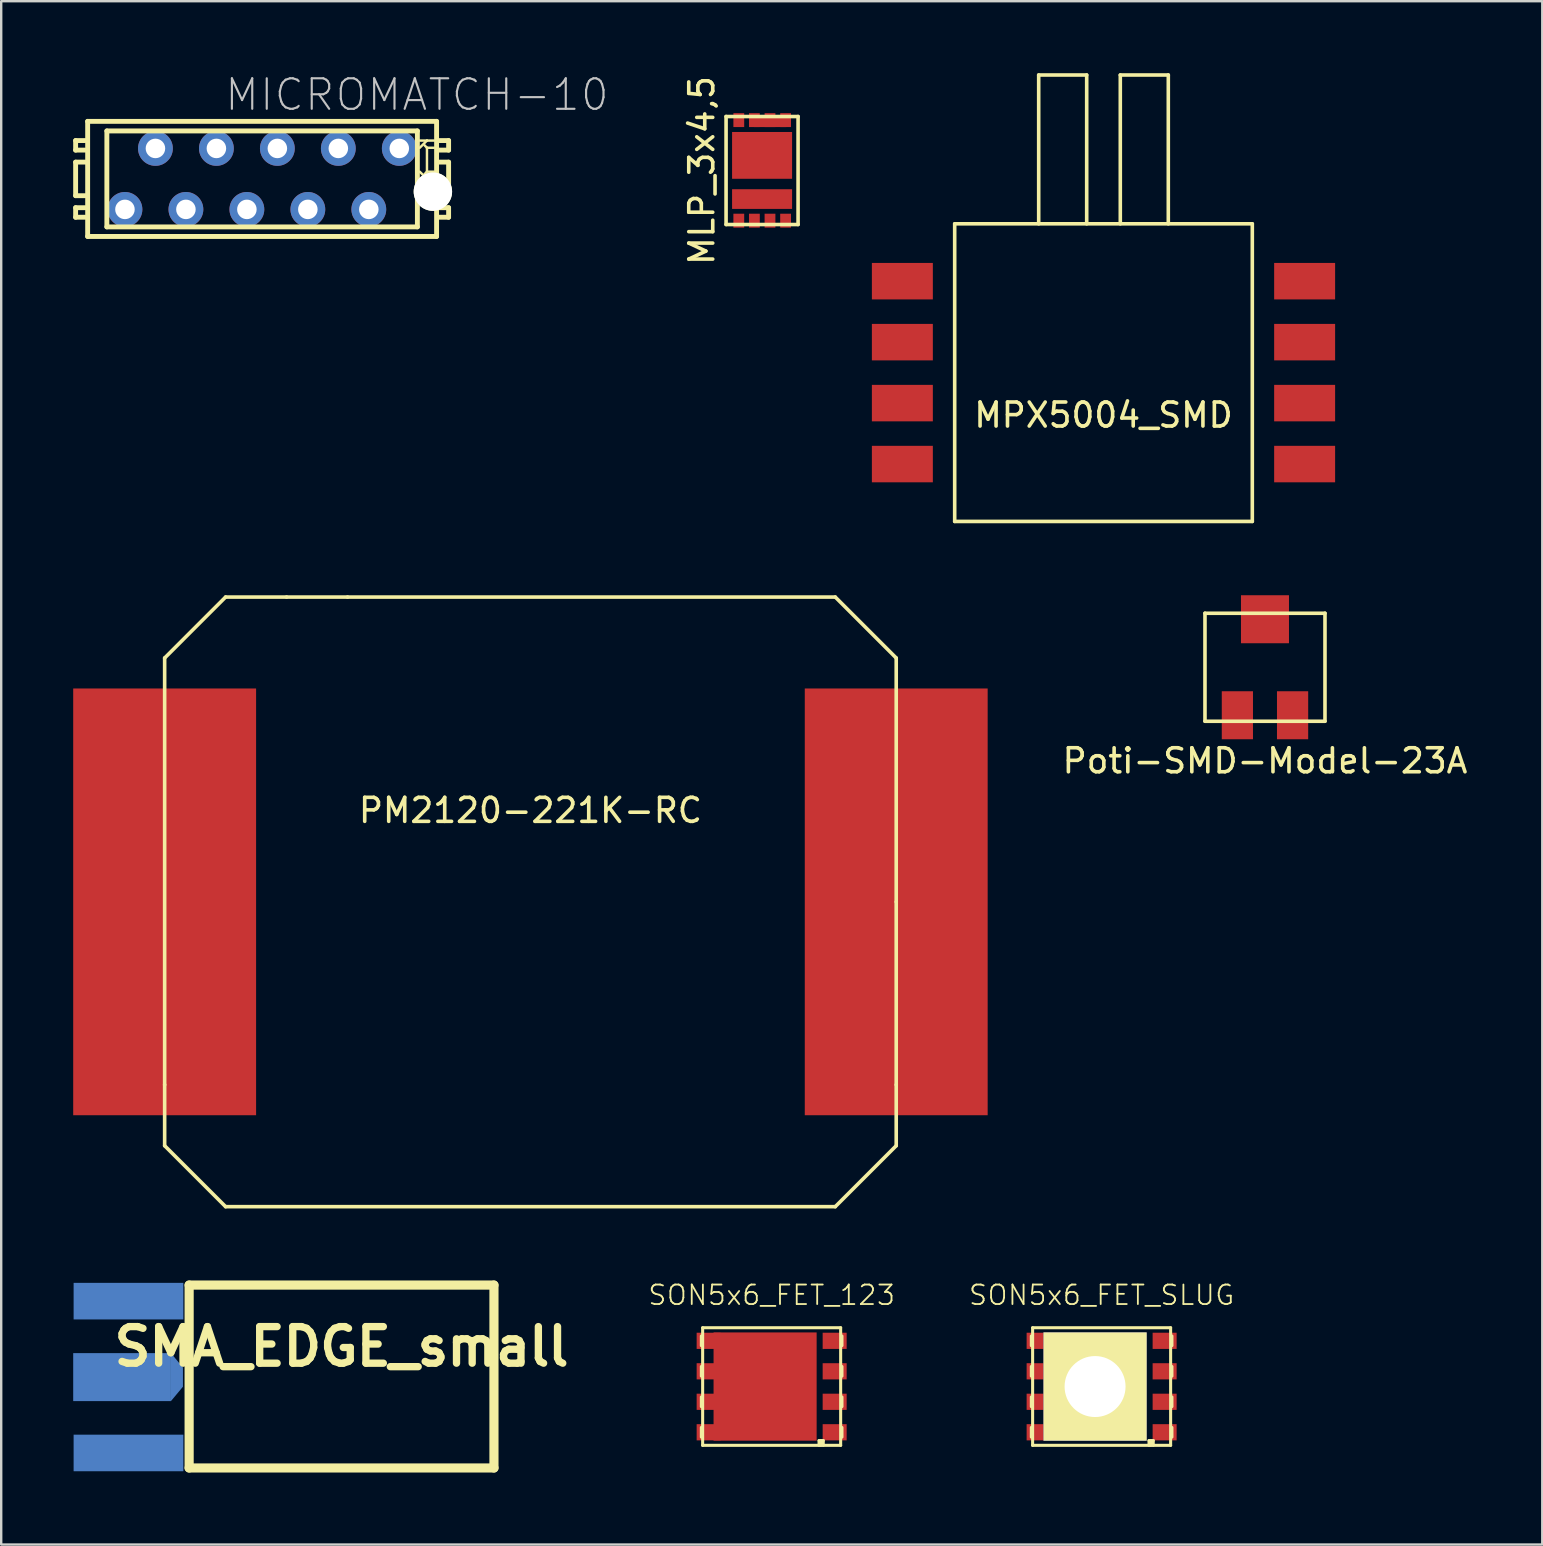
<source format=kicad_pcb>
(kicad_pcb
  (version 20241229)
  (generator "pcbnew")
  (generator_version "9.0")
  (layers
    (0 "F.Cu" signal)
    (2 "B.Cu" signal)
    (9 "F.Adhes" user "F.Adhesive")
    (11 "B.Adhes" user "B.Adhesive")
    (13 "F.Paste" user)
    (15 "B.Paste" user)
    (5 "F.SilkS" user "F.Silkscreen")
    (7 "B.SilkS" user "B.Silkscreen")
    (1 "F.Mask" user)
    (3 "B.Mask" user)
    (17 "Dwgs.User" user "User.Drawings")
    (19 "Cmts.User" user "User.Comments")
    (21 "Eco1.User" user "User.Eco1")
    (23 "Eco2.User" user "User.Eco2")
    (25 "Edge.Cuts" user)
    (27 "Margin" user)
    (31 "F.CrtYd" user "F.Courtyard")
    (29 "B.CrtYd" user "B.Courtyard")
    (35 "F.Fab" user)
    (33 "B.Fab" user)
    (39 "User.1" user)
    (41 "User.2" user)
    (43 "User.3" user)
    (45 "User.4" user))
  (footprint "Poti-SMD-Model-23A"
    (layer "F.Cu")
    (at 49.654 24.75)
    (property "Reference" "Poti-SMD-Model-23A" (at 0 3.9 0) (layer "F.SilkS") (effects (font (size 1 1) (thickness 0.15))))
    (attr through_hole)
    (fp_line (start -2.5 -2.25) (end -2.5 2.25) (stroke (width 0.15) (type solid)) (layer "F.SilkS"))
    (fp_line (start -2.5 2.25) (end 2.5 2.25) (stroke (width 0.15) (type solid)) (layer "F.SilkS"))
    (fp_line (start 2.5 -2.25) (end -2.5 -2.25) (stroke (width 0.15) (type solid)) (layer "F.SilkS"))
    (fp_line (start 2.5 2.25) (end 2.5 -2.25) (stroke (width 0.15) (type solid)) (layer "F.SilkS"))
    (pad "1" smd rect (at 1.15 2) (size 1.3 2) (layers "F.Cu" "F.Mask" "F.Paste"))
    (pad "2" smd rect (at 0 -2) (size 2 2) (layers "F.Cu" "F.Mask" "F.Paste"))
    (pad "3" smd rect (at -1.15 2) (size 1.3 2) (layers "F.Cu" "F.Mask" "F.Paste")))
  (footprint "MICROMATCH-10"
    (layer "F.Cu")
    (at 7.871 4.404)
    (property "Reference" "MICROMATCH-10" (at 6.452 -3.505 0) (layer "Dwgs.User") (effects (font (size 1.27 1.27) (thickness 0.089))))
    (attr exclude_from_pos_files exclude_from_bom)
    (fp_line (start -7.77 -1.598) (end -7.77 -1.199) (stroke (width 0.203) (type solid)) (layer "F.SilkS"))
    (fp_line (start -7.77 -1.199) (end -7.369 -1.199) (stroke (width 0.203) (type solid)) (layer "F.SilkS"))
    (fp_line (start -7.77 -0.699) (end -7.77 0.699) (stroke (width 0.203) (type solid)) (layer "F.SilkS"))
    (fp_line (start -7.77 0.699) (end -7.369 0.699) (stroke (width 0.203) (type solid)) (layer "F.SilkS"))
    (fp_line (start -7.77 1.199) (end -7.77 1.598) (stroke (width 0.203) (type solid)) (layer "F.SilkS"))
    (fp_line (start -7.77 1.598) (end -7.369 1.598) (stroke (width 0.203) (type solid)) (layer "F.SilkS"))
    (fp_line (start -7.369 -1.598) (end -7.77 -1.598) (stroke (width 0.203) (type solid)) (layer "F.SilkS"))
    (fp_line (start -7.369 -0.699) (end -7.77 -0.699) (stroke (width 0.203) (type solid)) (layer "F.SilkS"))
    (fp_line (start -7.369 1.199) (end -7.77 1.199) (stroke (width 0.203) (type solid)) (layer "F.SilkS"))
    (fp_line (start -7.269 -2.398) (end -7.269 2.398) (stroke (width 0.203) (type solid)) (layer "F.SilkS"))
    (fp_line (start -6.469 -1.999) (end -6.469 1.999) (stroke (width 0.203) (type solid)) (layer "F.SilkS"))
    (fp_line (start 6.469 -1.999) (end -6.469 -1.999) (stroke (width 0.203) (type solid)) (layer "F.SilkS"))
    (fp_line (start 6.469 1.999) (end -6.469 1.999) (stroke (width 0.203) (type solid)) (layer "F.SilkS"))
    (fp_line (start 6.469 1.999) (end 6.469 -1.999) (stroke (width 0.203) (type solid)) (layer "F.SilkS"))
    (fp_line (start 6.769 -1.4) (end 6.868 -1.298) (stroke (width 0.102) (type solid)) (layer "F.SilkS"))
    (fp_line (start 6.769 -0.198) (end 6.868 -0.3) (stroke (width 0.102) (type solid)) (layer "F.SilkS"))
    (fp_line (start 6.868 -1.598) (end 6.568 -1.598) (stroke (width 0.102) (type solid)) (layer "F.SilkS"))
    (fp_line (start 6.868 -1.598) (end 6.568 -1.298) (stroke (width 0.102) (type solid)) (layer "F.SilkS"))
    (fp_line (start 6.868 -1.298) (end 6.868 -0.3) (stroke (width 0.102) (type solid)) (layer "F.SilkS"))
    (fp_line (start 6.868 -0.3) (end 7.168 -0.3) (stroke (width 0.102) (type solid)) (layer "F.SilkS"))
    (fp_line (start 6.868 0) (end 6.568 -0.3) (stroke (width 0.102) (type solid)) (layer "F.SilkS"))
    (fp_line (start 6.868 0) (end 6.568 0) (stroke (width 0.102) (type solid)) (layer "F.SilkS"))
    (fp_line (start 7.168 -1.598) (end 6.868 -1.598) (stroke (width 0.102) (type solid)) (layer "F.SilkS"))
    (fp_line (start 7.168 -1.298) (end 6.868 -1.298) (stroke (width 0.102) (type solid)) (layer "F.SilkS"))
    (fp_line (start 7.168 0) (end 6.868 0) (stroke (width 0.102) (type solid)) (layer "F.SilkS"))
    (fp_line (start 7.269 -2.398) (end -7.269 -2.398) (stroke (width 0.203) (type solid)) (layer "F.SilkS"))
    (fp_line (start 7.269 2.398) (end -7.269 2.398) (stroke (width 0.203) (type solid)) (layer "F.SilkS"))
    (fp_line (start 7.269 2.398) (end 7.269 -2.398) (stroke (width 0.203) (type solid)) (layer "F.SilkS"))
    (fp_line (start 7.369 -1.199) (end 7.77 -1.199) (stroke (width 0.203) (type solid)) (layer "F.SilkS"))
    (fp_line (start 7.369 0.699) (end 7.77 0.699) (stroke (width 0.203) (type solid)) (layer "F.SilkS"))
    (fp_line (start 7.369 1.598) (end 7.77 1.598) (stroke (width 0.203) (type solid)) (layer "F.SilkS"))
    (fp_line (start 7.77 -1.598) (end 7.369 -1.598) (stroke (width 0.203) (type solid)) (layer "F.SilkS"))
    (fp_line (start 7.77 -1.199) (end 7.77 -1.598) (stroke (width 0.203) (type solid)) (layer "F.SilkS"))
    (fp_line (start 7.77 -0.699) (end 7.369 -0.699) (stroke (width 0.203) (type solid)) (layer "F.SilkS"))
    (fp_line (start 7.77 0.699) (end 7.77 -0.699) (stroke (width 0.203) (type solid)) (layer "F.SilkS"))
    (fp_line (start 7.77 1.199) (end 7.369 1.199) (stroke (width 0.203) (type solid)) (layer "F.SilkS"))
    (fp_line (start 7.77 1.598) (end 7.77 1.199) (stroke (width 0.203) (type solid)) (layer "F.SilkS"))
    (pad "" np_thru_hole circle (at 7.115 0.53) (size 1.6 1.6) (drill 1.6) (layers "*.Cu" "*.Mask" "F.SilkS"))
    (pad "1" thru_hole circle (at 5.715 -1.27) (size 1.45 1.45) (drill 0.813) (layers "*.Cu" "*.Mask"))
    (pad "2" thru_hole circle (at 4.445 1.27) (size 1.45 1.45) (drill 0.813) (layers "*.Cu" "*.Mask"))
    (pad "3" thru_hole circle (at 3.175 -1.27) (size 1.45 1.45) (drill 0.813) (layers "*.Cu" "*.Mask"))
    (pad "4" thru_hole circle (at 1.905 1.27) (size 1.45 1.45) (drill 0.813) (layers "*.Cu" "*.Mask"))
    (pad "5" thru_hole circle (at 0.635 -1.27) (size 1.45 1.45) (drill 0.813) (layers "*.Cu" "*.Mask"))
    (pad "6" thru_hole circle (at -0.635 1.27) (size 1.45 1.45) (drill 0.813) (layers "*.Cu" "*.Mask"))
    (pad "7" thru_hole circle (at -1.905 -1.27) (size 1.45 1.45) (drill 0.813) (layers "*.Cu" "*.Mask"))
    (pad "8" thru_hole circle (at -3.175 1.27) (size 1.45 1.45) (drill 0.813) (layers "*.Cu" "*.Mask"))
    (pad "9" thru_hole circle (at -4.445 -1.27) (size 1.45 1.45) (drill 0.813) (layers "*.Cu" "*.Mask"))
    (pad "10" thru_hole circle (at -5.715 1.27) (size 1.45 1.45) (drill 0.813) (layers "*.Cu" "*.Mask")))
  (footprint "SMA_EDGE_small"
    (layer "F.Cu")
    (at 11.18 53.056)
    (property "Reference" "SMA_EDGE_small" (at 0 0 0) (layer "F.SilkS") (effects (font (size 1.524 1.524) (thickness 0.305))))
    (attr through_hole)
    (fp_line (start -6.35 -2.565) (end -6.35 5.055) (stroke (width 0.381) (type solid)) (layer "F.SilkS"))
    (fp_line (start -6.35 5.055) (end 6.35 5.055) (stroke (width 0.381) (type solid)) (layer "F.SilkS"))
    (fp_line (start 6.35 -2.565) (end -6.35 -2.565) (stroke (width 0.381) (type solid)) (layer "F.SilkS"))
    (fp_line (start 6.35 5.055) (end 6.35 -2.565) (stroke (width 0.381) (type solid)) (layer "F.SilkS"))
    (pad "0" connect rect (at -8.877 -1.895) (size 4.572 1.524) (layers "*.Mask" "B.Cu"))
    (pad "1" connect rect (at -9.144 1.27) (size 4.072 1.999) (layers "B.Cu" "B.Mask"))
    (pad "1" connect trapezoid (at -6.858 1.27) (size 0.5 1.4) (rect_delta 0.599 0) (layers "B.Cu" "B.Mask"))
    (pad "2" connect rect (at -8.877 4.43) (size 4.572 1.524) (layers "*.Mask" "B.Cu")))
  (footprint "SON5x6_FET_123"
    (layer "F.Cu")
    (at 29.1 54.719)
    (property "Reference" "SON5x6_FET_123" (at 0 -3.81 0) (layer "F.SilkS") (effects (font (size 0.813 0.813) (thickness 0.076))))
    (attr through_hole)
    (fp_line (start -2.93 -2.105) (end -2.93 -1.705) (stroke (width 0.127) (type solid)) (layer "F.SilkS"))
    (fp_line (start -2.93 -0.835) (end -2.93 -0.435) (stroke (width 0.127) (type solid)) (layer "F.SilkS"))
    (fp_line (start -2.93 0.835) (end -2.93 0.435) (stroke (width 0.127) (type solid)) (layer "F.SilkS"))
    (fp_line (start -2.93 2.105) (end -2.93 1.705) (stroke (width 0.127) (type solid)) (layer "F.SilkS"))
    (fp_line (start -2.875 -2.45) (end 2.875 -2.45) (stroke (width 0.127) (type solid)) (layer "F.SilkS"))
    (fp_line (start -2.875 2.45) (end -2.875 -2.45) (stroke (width 0.127) (type solid)) (layer "F.SilkS"))
    (fp_line (start 1.975 2.25) (end 2.15 2.25) (stroke (width 0.127) (type solid)) (layer "F.SilkS"))
    (fp_line (start 1.975 2.45) (end 1.975 2.25) (stroke (width 0.127) (type solid)) (layer "F.SilkS"))
    (fp_line (start 2.05 2.25) (end 2.05 2.45) (stroke (width 0.127) (type solid)) (layer "F.SilkS"))
    (fp_line (start 2.15 2.25) (end 2.15 2.45) (stroke (width 0.127) (type solid)) (layer "F.SilkS"))
    (fp_line (start 2.875 -2.45) (end 2.875 2.45) (stroke (width 0.127) (type solid)) (layer "F.SilkS"))
    (fp_line (start 2.875 2.45) (end -2.875 2.45) (stroke (width 0.127) (type solid)) (layer "F.SilkS"))
    (fp_line (start 2.93 -2.105) (end 2.93 -1.705) (stroke (width 0.127) (type solid)) (layer "F.SilkS"))
    (fp_line (start 2.93 -0.835) (end 2.93 -0.435) (stroke (width 0.127) (type solid)) (layer "F.SilkS"))
    (fp_line (start 2.93 0.835) (end 2.93 0.435) (stroke (width 0.127) (type solid)) (layer "F.SilkS"))
    (fp_line (start 2.93 2.105) (end 2.93 1.705) (stroke (width 0.127) (type solid)) (layer "F.SilkS"))
    (pad "1" smd rect (at 2.625 -0.635) (size 1 0.675) (layers "F.Cu" "F.Mask" "F.Paste"))
    (pad "1" smd rect (at 2.625 0.635) (size 1 0.675) (layers "F.Cu" "F.Mask" "F.Paste"))
    (pad "1" smd rect (at 2.625 1.905) (size 1 0.675) (layers "F.Cu" "F.Mask" "F.Paste"))
    (pad "2" smd rect (at 2.625 -1.905) (size 1 0.675) (layers "F.Cu" "F.Mask" "F.Paste"))
    (pad "3" smd rect (at -2.625 -1.905) (size 1 0.675) (layers "F.Cu" "F.Mask" "F.Paste"))
    (pad "3" smd rect (at -2.625 -0.635) (size 1 0.675) (layers "F.Cu" "F.Mask" "F.Paste"))
    (pad "3" smd rect (at -2.625 0.635) (size 1 0.675) (layers "F.Cu" "F.Mask" "F.Paste"))
    (pad "3" smd rect (at -2.625 1.905) (size 1 0.675) (layers "F.Cu" "F.Mask" "F.Paste"))
    (pad "3" smd rect (at -0.273 0) (size 4.295 4.51) (layers "F.Cu" "F.Mask" "F.Paste")))
  (footprint "PM2120-221K-RC"
    (layer "F.Cu")
    (at 19.05 34.525)
    (property "Reference" "PM2120-221K-RC" (at 0 -3.81 0) (layer "F.SilkS") (effects (font (size 1 1) (thickness 0.15))))
    (attr through_hole)
    (fp_line (start -15.24 -10.16) (end -12.7 -12.7) (stroke (width 0.15) (type solid)) (layer "F.SilkS"))
    (fp_line (start -15.24 7.62) (end -15.24 -10.16) (stroke (width 0.15) (type solid)) (layer "F.SilkS"))
    (fp_line (start -15.24 7.62) (end -15.24 10.16) (stroke (width 0.15) (type solid)) (layer "F.SilkS"))
    (fp_line (start -15.24 10.16) (end -12.7 12.7) (stroke (width 0.15) (type solid)) (layer "F.SilkS"))
    (fp_line (start -12.7 -12.7) (end -10.16 -12.7) (stroke (width 0.15) (type solid)) (layer "F.SilkS"))
    (fp_line (start -12.7 12.7) (end 12.7 12.7) (stroke (width 0.15) (type solid)) (layer "F.SilkS"))
    (fp_line (start -7.62 -12.7) (end -10.16 -12.7) (stroke (width 0.15) (type solid)) (layer "F.SilkS"))
    (fp_line (start 12.7 -12.7) (end -7.62 -12.7) (stroke (width 0.15) (type solid)) (layer "F.SilkS"))
    (fp_line (start 12.7 12.7) (end 15.24 10.16) (stroke (width 0.15) (type solid)) (layer "F.SilkS"))
    (fp_line (start 15.24 -10.16) (end 12.7 -12.7) (stroke (width 0.15) (type solid)) (layer "F.SilkS"))
    (fp_line (start 15.24 0) (end 15.24 -10.16) (stroke (width 0.15) (type solid)) (layer "F.SilkS"))
    (fp_line (start 15.24 0) (end 15.24 7.62) (stroke (width 0.15) (type solid)) (layer "F.SilkS"))
    (fp_line (start 15.24 10.16) (end 15.24 7.62) (stroke (width 0.15) (type solid)) (layer "F.SilkS"))
    (pad "1" smd rect (at -15.24 0) (size 7.62 17.78) (layers "F.Cu" "F.Mask" "F.Paste"))
    (pad "2" smd rect (at 15.24 0) (size 7.62 17.78) (layers "F.Cu" "F.Mask" "F.Paste")))
  (footprint "SON5x6_FET_SLUG"
    (layer "F.Cu")
    (at 42.848 54.719)
    (property "Reference" "SON5x6_FET_SLUG" (at 0 -3.81 0) (layer "F.SilkS") (effects (font (size 0.813 0.813) (thickness 0.076))))
    (attr through_hole)
    (fp_line (start -2.93 -2.105) (end -2.93 -1.705) (stroke (width 0.127) (type solid)) (layer "F.SilkS"))
    (fp_line (start -2.93 -0.835) (end -2.93 -0.435) (stroke (width 0.127) (type solid)) (layer "F.SilkS"))
    (fp_line (start -2.93 0.835) (end -2.93 0.435) (stroke (width 0.127) (type solid)) (layer "F.SilkS"))
    (fp_line (start -2.93 2.105) (end -2.93 1.705) (stroke (width 0.127) (type solid)) (layer "F.SilkS"))
    (fp_line (start -2.875 -2.45) (end 2.875 -2.45) (stroke (width 0.127) (type solid)) (layer "F.SilkS"))
    (fp_line (start -2.875 2.45) (end -2.875 -2.45) (stroke (width 0.127) (type solid)) (layer "F.SilkS"))
    (fp_line (start 1.975 2.25) (end 2.15 2.25) (stroke (width 0.127) (type solid)) (layer "F.SilkS"))
    (fp_line (start 1.975 2.45) (end 1.975 2.25) (stroke (width 0.127) (type solid)) (layer "F.SilkS"))
    (fp_line (start 2.05 2.25) (end 2.05 2.45) (stroke (width 0.127) (type solid)) (layer "F.SilkS"))
    (fp_line (start 2.15 2.25) (end 2.15 2.45) (stroke (width 0.127) (type solid)) (layer "F.SilkS"))
    (fp_line (start 2.875 -2.45) (end 2.875 2.45) (stroke (width 0.127) (type solid)) (layer "F.SilkS"))
    (fp_line (start 2.875 2.45) (end -2.875 2.45) (stroke (width 0.127) (type solid)) (layer "F.SilkS"))
    (fp_line (start 2.93 -2.105) (end 2.93 -1.705) (stroke (width 0.127) (type solid)) (layer "F.SilkS"))
    (fp_line (start 2.93 -0.835) (end 2.93 -0.435) (stroke (width 0.127) (type solid)) (layer "F.SilkS"))
    (fp_line (start 2.93 0.835) (end 2.93 0.435) (stroke (width 0.127) (type solid)) (layer "F.SilkS"))
    (fp_line (start 2.93 2.105) (end 2.93 1.705) (stroke (width 0.127) (type solid)) (layer "F.SilkS"))
    (pad "D" smd rect (at -2.625 -1.905) (size 1 0.675) (layers "F.Cu" "F.Mask" "F.Paste"))
    (pad "D" smd rect (at -2.625 -0.635) (size 1 0.675) (layers "F.Cu" "F.Mask" "F.Paste"))
    (pad "D" smd rect (at -2.625 0.635) (size 1 0.675) (layers "F.Cu" "F.Mask" "F.Paste"))
    (pad "D" smd rect (at -2.625 1.905) (size 1 0.675) (layers "F.Cu" "F.Mask" "F.Paste"))
    (pad "D" thru_hole rect (at -0.273 0) (size 4.295 4.51) (drill 2.54) (layers "*.Cu" "*.Mask" "F.SilkS"))
    (pad "G" smd rect (at 2.625 -1.905) (size 1 0.675) (layers "F.Cu" "F.Mask" "F.Paste"))
    (pad "S" smd rect (at 2.625 -0.635) (size 1 0.675) (layers "F.Cu" "F.Mask" "F.Paste"))
    (pad "S" smd rect (at 2.625 0.635) (size 1 0.675) (layers "F.Cu" "F.Mask" "F.Paste"))
    (pad "S" smd rect (at 2.625 1.905) (size 1 0.675) (layers "F.Cu" "F.Mask" "F.Paste")))
  (footprint "MLP_3x4,5"
    (layer "F.Cu")
    (at 28.711 4.054)
    (property "Reference" "MLP_3x4,5" (at -2.52 0 90) (layer "F.SilkS") (effects (font (size 1 1) (thickness 0.15))))
    (attr through_hole)
    (fp_line (start 0.98 -2.01) (end -0.33 -2.01) (stroke (width 0.4) (type solid)) (layer "F.Cu"))
    (fp_line (start -1.51 -2.25) (end 1.49 -2.25) (stroke (width 0.15) (type solid)) (layer "F.SilkS"))
    (fp_line (start -1.51 2.25) (end -1.51 -2.25) (stroke (width 0.15) (type solid)) (layer "F.SilkS"))
    (fp_line (start 1.49 -2.25) (end 1.49 2.25) (stroke (width 0.15) (type solid)) (layer "F.SilkS"))
    (fp_line (start 1.49 2.25) (end -1.51 2.25) (stroke (width 0.15) (type solid)) (layer "F.SilkS"))
    (pad "1" smd rect (at -0.98 2.09) (size 0.45 0.58) (layers "F.Cu" "F.Mask" "F.Paste"))
    (pad "2" smd rect (at -0.33 2.09) (size 0.45 0.58) (layers "F.Cu" "F.Mask" "F.Paste"))
    (pad "3" smd rect (at 0.32 2.09) (size 0.45 0.58) (layers "F.Cu" "F.Mask" "F.Paste"))
    (pad "4" smd rect (at 0.97 2.09) (size 0.45 0.58) (layers "F.Cu" "F.Mask" "F.Paste"))
    (pad "5" smd rect (at 0.97 -2.1) (size 0.45 0.58) (layers "F.Cu" "F.Mask" "F.Paste"))
    (pad "6" smd rect (at 0.32 -2.1) (size 0.45 0.58) (layers "F.Cu" "F.Mask" "F.Paste"))
    (pad "7" smd rect (at -0.33 -2.1) (size 0.45 0.58) (layers "F.Cu" "F.Mask" "F.Paste"))
    (pad "8" smd rect (at -0.98 -2.1) (size 0.45 0.58) (layers "F.Cu" "F.Mask" "F.Paste"))
    (pad "9" smd rect (at -0.01 -0.63) (size 2.5 1.95) (layers "F.Cu" "F.Mask" "F.Paste"))
    (pad "10" smd rect (at -0.01 1.19) (size 2.5 0.82) (layers "F.Cu" "F.Mask" "F.Paste")))
  (footprint "MPX5004_SMD"
    (layer "F.Cu")
    (at 42.926 12.475)
    (property "Reference" "MPX5004_SMD" (at 0 1.77 0) (layer "F.SilkS") (effects (font (size 1 1) (thickness 0.15))))
    (attr through_hole)
    (fp_line (start -6.2 -6.2) (end -6.2 6.2) (stroke (width 0.15) (type solid)) (layer "F.SilkS"))
    (fp_line (start -6.2 6.2) (end 6.2 6.2) (stroke (width 0.15) (type solid)) (layer "F.SilkS"))
    (fp_line (start -2.7 -12.4) (end -0.7 -12.4) (stroke (width 0.15) (type solid)) (layer "F.SilkS"))
    (fp_line (start -2.7 -6.2) (end -2.7 -12.4) (stroke (width 0.15) (type solid)) (layer "F.SilkS"))
    (fp_line (start -0.7 -12.4) (end -0.7 -6.2) (stroke (width 0.15) (type solid)) (layer "F.SilkS"))
    (fp_line (start 0.7 -12.4) (end 2.7 -12.4) (stroke (width 0.15) (type solid)) (layer "F.SilkS"))
    (fp_line (start 0.7 -6.2) (end 0.7 -12.4) (stroke (width 0.15) (type solid)) (layer "F.SilkS"))
    (fp_line (start 2.7 -12.4) (end 2.7 -6.2) (stroke (width 0.15) (type solid)) (layer "F.SilkS"))
    (fp_line (start 6.2 -6.2) (end -6.2 -6.2) (stroke (width 0.15) (type solid)) (layer "F.SilkS"))
    (fp_line (start 6.2 6.2) (end 6.2 -6.2) (stroke (width 0.15) (type solid)) (layer "F.SilkS"))
    (pad "1" smd rect (at -8.38 -3.81) (size 2.54 1.52) (layers "F.Cu" "F.Mask" "F.Paste"))
    (pad "2" smd rect (at -8.38 -1.27) (size 2.54 1.52) (layers "F.Cu" "F.Mask" "F.Paste"))
    (pad "3" smd rect (at -8.38 1.27) (size 2.54 1.52) (layers "F.Cu" "F.Mask" "F.Paste"))
    (pad "4" smd rect (at -8.38 3.81) (size 2.54 1.52) (layers "F.Cu" "F.Mask" "F.Paste"))
    (pad "5" smd rect (at 8.38 3.81) (size 2.54 1.52) (layers "F.Cu" "F.Mask" "F.Paste"))
    (pad "6" smd rect (at 8.38 1.27) (size 2.54 1.52) (layers "F.Cu" "F.Mask" "F.Paste"))
    (pad "7" smd rect (at 8.38 -1.27) (size 2.54 1.52) (layers "F.Cu" "F.Mask" "F.Paste"))
    (pad "8" smd rect (at 8.38 -3.81) (size 2.54 1.52) (layers "F.Cu" "F.Mask" "F.Paste")))
  (gr_rect
    (start -3 -3)
    (end 61.207 61.301)
    (stroke (width 0.1) (type default))
    (fill no)
    (layer "Edge.Cuts")))
</source>
